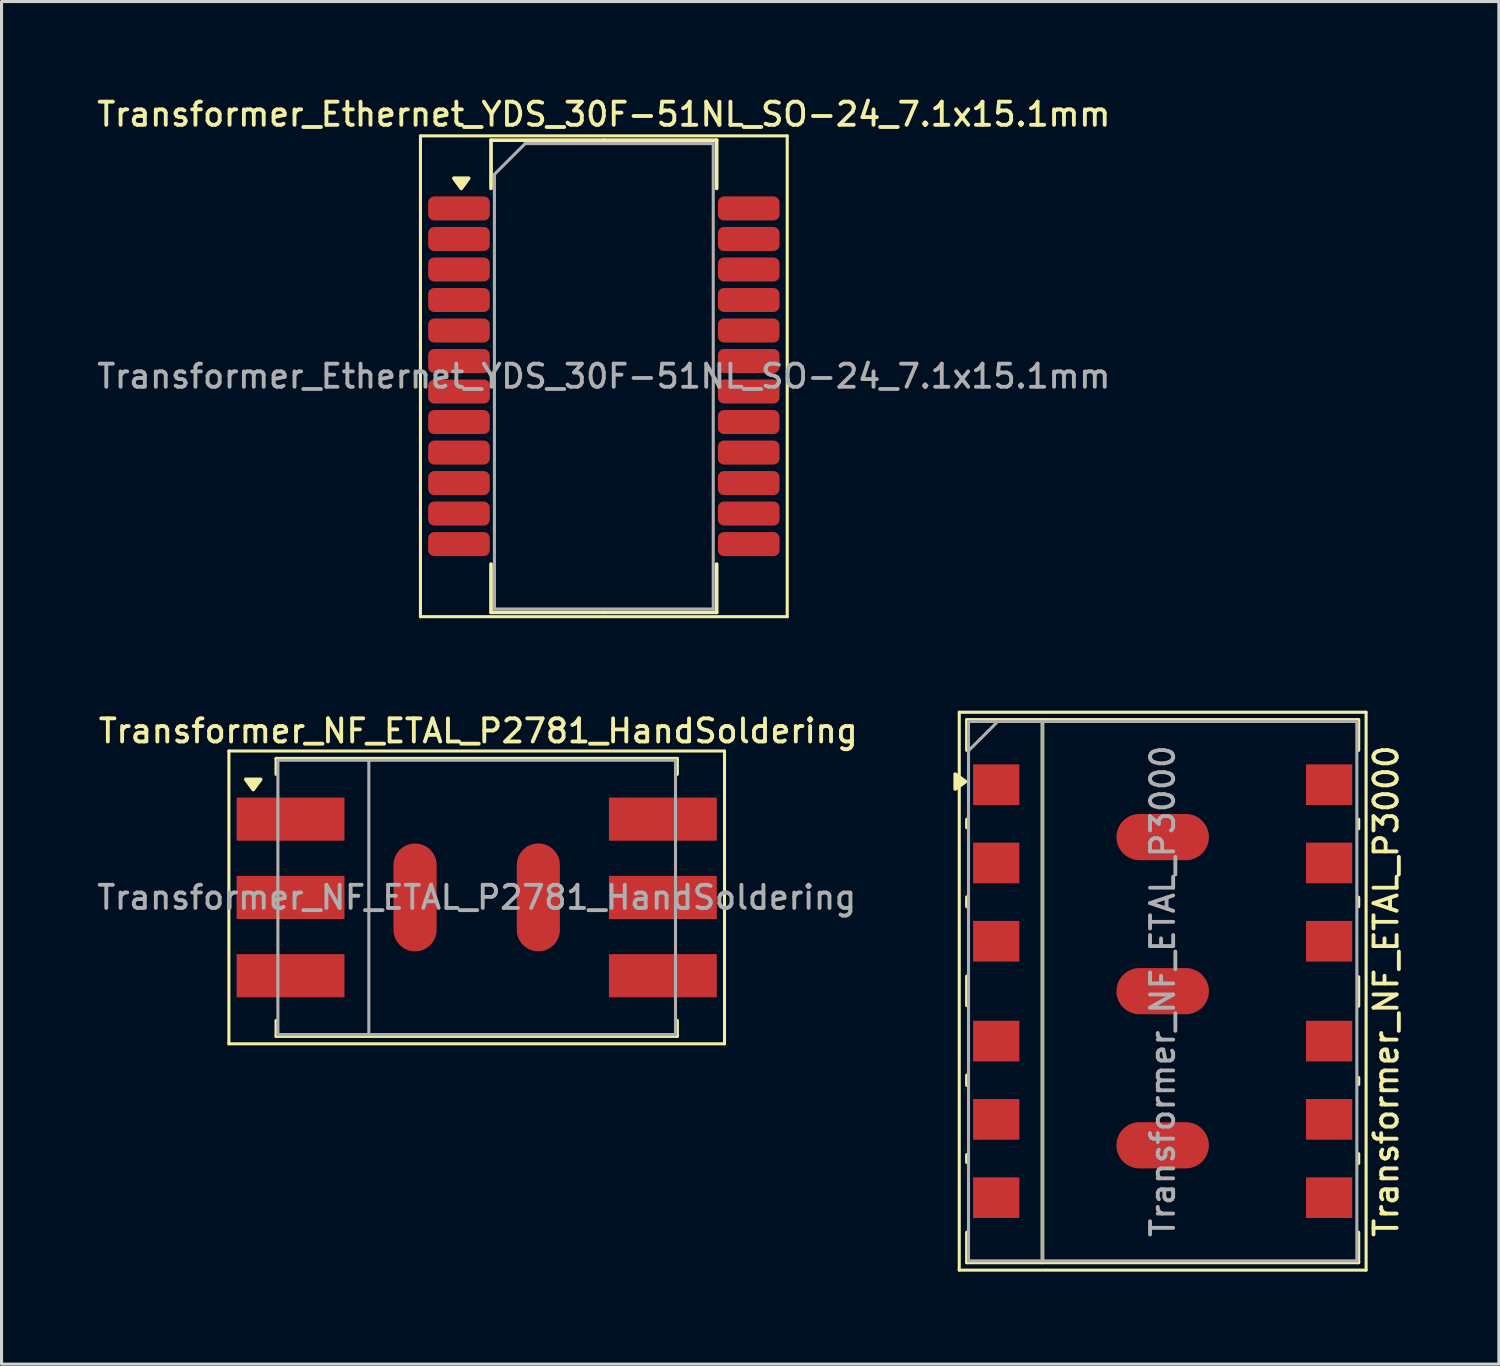
<source format=kicad_pcb>
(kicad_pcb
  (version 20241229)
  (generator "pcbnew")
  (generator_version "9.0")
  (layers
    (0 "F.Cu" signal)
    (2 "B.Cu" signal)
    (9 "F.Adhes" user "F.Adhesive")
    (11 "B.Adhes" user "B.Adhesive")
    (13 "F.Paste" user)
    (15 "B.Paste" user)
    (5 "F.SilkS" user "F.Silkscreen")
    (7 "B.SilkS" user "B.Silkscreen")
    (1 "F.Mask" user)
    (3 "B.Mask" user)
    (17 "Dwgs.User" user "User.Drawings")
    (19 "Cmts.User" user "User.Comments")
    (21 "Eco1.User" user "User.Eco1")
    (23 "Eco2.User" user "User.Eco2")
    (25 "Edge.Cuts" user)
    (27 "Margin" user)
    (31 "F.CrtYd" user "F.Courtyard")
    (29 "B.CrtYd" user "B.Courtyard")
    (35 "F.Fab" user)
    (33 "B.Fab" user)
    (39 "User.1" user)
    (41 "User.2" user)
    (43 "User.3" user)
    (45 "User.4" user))
  (footprint "Transformer_NF_ETAL_P3000"
    (layer "F.Cu")
    (at 34.672 29.108)
    (property "Reference" "Transformer_NF_ETAL_P3000" (at 7.25 0 270) (layer "F.SilkS") (effects (font (size 0.75 0.75) (thickness 0.125))))
    (attr smd)
    (fp_line (start -6.6 9.05) (end -6.6 -9.05) (stroke (width 0.1) (type solid)) (layer "F.SilkS"))
    (fp_line (start -6.6 9.05) (end 6.6 9.05) (stroke (width 0.1) (type solid)) (layer "F.SilkS"))
    (fp_line (start -6.35 -8.8) (end 6.35 -8.8) (stroke (width 0.12) (type solid)) (layer "F.SilkS"))
    (fp_line (start -6.35 -7.82) (end -6.35 -8.8) (stroke (width 0.12) (type solid)) (layer "F.SilkS"))
    (fp_line (start -6.35 -5.31) (end -6.35 -5.57) (stroke (width 0.12) (type solid)) (layer "F.SilkS"))
    (fp_line (start -6.35 -2.75) (end -6.35 -3.05) (stroke (width 0.12) (type solid)) (layer "F.SilkS"))
    (fp_line (start -6.35 0.46) (end -6.35 -0.48) (stroke (width 0.12) (type solid)) (layer "F.SilkS"))
    (fp_line (start -6.35 3.05) (end -6.35 2.73) (stroke (width 0.12) (type solid)) (layer "F.SilkS"))
    (fp_line (start -6.35 5.55) (end -6.35 5.31) (stroke (width 0.12) (type solid)) (layer "F.SilkS"))
    (fp_line (start -6.35 8.8) (end -6.35 7.83) (stroke (width 0.12) (type solid)) (layer "F.SilkS"))
    (fp_line (start -3.9 8.8) (end -3.9 -8.8) (stroke (width 0.12) (type solid)) (layer "F.SilkS"))
    (fp_line (start 6.35 -8.8) (end 6.35 -7.82) (stroke (width 0.12) (type solid)) (layer "F.SilkS"))
    (fp_line (start 6.35 -5.57) (end 6.35 -5.28) (stroke (width 0.12) (type solid)) (layer "F.SilkS"))
    (fp_line (start 6.35 -3.04) (end 6.35 -2.75) (stroke (width 0.12) (type solid)) (layer "F.SilkS"))
    (fp_line (start 6.35 -0.46) (end 6.35 0.48) (stroke (width 0.12) (type solid)) (layer "F.SilkS"))
    (fp_line (start 6.35 2.81) (end 6.35 3.02) (stroke (width 0.12) (type solid)) (layer "F.SilkS"))
    (fp_line (start 6.35 5.28) (end 6.35 5.58) (stroke (width 0.12) (type solid)) (layer "F.SilkS"))
    (fp_line (start 6.35 8.8) (end -6.35 8.8) (stroke (width 0.12) (type solid)) (layer "F.SilkS"))
    (fp_line (start 6.35 8.8) (end 6.35 7.83) (stroke (width 0.12) (type solid)) (layer "F.SilkS"))
    (fp_line (start 6.6 -9.05) (end -6.6 -9.05) (stroke (width 0.1) (type solid)) (layer "F.SilkS"))
    (fp_line (start 6.6 -9.05) (end 6.6 9.05) (stroke (width 0.1) (type solid)) (layer "F.SilkS"))
    (fp_poly (pts (xy -6.4 -6.8) (xy -6.73 -6.56) (xy -6.73 -7.04) (xy -6.4 -6.8)) (stroke (width 0.12) (type solid)) (fill yes) (layer "F.SilkS"))
    (fp_line (start -6.3 -8.75) (end 6.3 -8.75) (stroke (width 0.1) (type solid)) (layer "F.Fab"))
    (fp_line (start -6.3 -7.8) (end -5.35 -8.75) (stroke (width 0.1) (type solid)) (layer "F.Fab"))
    (fp_line (start -6.3 8.75) (end -6.3 -8.75) (stroke (width 0.1) (type solid)) (layer "F.Fab"))
    (fp_line (start -3.9 -8.65) (end -3.9 8.7) (stroke (width 0.1) (type solid)) (layer "F.Fab"))
    (fp_line (start 6.3 -8.75) (end 6.3 8.75) (stroke (width 0.1) (type solid)) (layer "F.Fab"))
    (fp_line (start 6.3 8.75) (end -6.3 8.75) (stroke (width 0.1) (type solid)) (layer "F.Fab"))
    (fp_text user "${REFERENCE}" (at 0 0 270) (layer "F.Fab") (effects (font (size 0.75 0.75) (thickness 0.125))))
    (pad "1" smd rect (at -5.4 -6.7 270) (size 1.32 1.5) (layers "F.Cu" "F.Mask" "F.Paste"))
    (pad "2" smd rect (at -5.4 -4.16 270) (size 1.32 1.5) (layers "F.Cu" "F.Mask" "F.Paste"))
    (pad "3" smd rect (at -5.4 -1.62 270) (size 1.32 1.5) (layers "F.Cu" "F.Mask" "F.Paste"))
    (pad "4" smd rect (at -5.4 1.62 270) (size 1.32 1.5) (layers "F.Cu" "F.Mask" "F.Paste"))
    (pad "5" smd rect (at -5.4 4.16 270) (size 1.32 1.5) (layers "F.Cu" "F.Mask" "F.Paste"))
    (pad "6" smd rect (at -5.4 6.7 270) (size 1.32 1.5) (layers "F.Cu" "F.Mask" "F.Paste"))
    (pad "7" smd rect (at 5.4 6.7 270) (size 1.32 1.5) (layers "F.Cu" "F.Mask" "F.Paste"))
    (pad "8" smd rect (at 5.4 4.16 270) (size 1.32 1.5) (layers "F.Cu" "F.Mask" "F.Paste"))
    (pad "9" smd rect (at 5.4 1.62 270) (size 1.32 1.5) (layers "F.Cu" "F.Mask" "F.Paste"))
    (pad "10" smd rect (at 5.4 -1.62 270) (size 1.32 1.5) (layers "F.Cu" "F.Mask" "F.Paste"))
    (pad "11" smd rect (at 5.4 -4.16 270) (size 1.32 1.5) (layers "F.Cu" "F.Mask" "F.Paste"))
    (pad "12" smd rect (at 5.4 -6.7 270) (size 1.32 1.5) (layers "F.Cu" "F.Mask" "F.Paste"))
    (pad "13" smd oval (at 0 -5 270) (size 1.5 3) (layers "F.Cu" "F.Mask" "F.Paste"))
    (pad "13" smd oval (at 0 0 270) (size 1.5 3) (layers "F.Cu" "F.Mask" "F.Paste"))
    (pad "13" smd oval (at 0 5 270) (size 1.5 3) (layers "F.Cu" "F.Mask" "F.Paste")))
  (footprint "Transformer_NF_ETAL_P2781_HandSoldering"
    (layer "F.Cu")
    (at 12.416 26.066)
    (property "Reference" "Transformer_NF_ETAL_P2781_HandSoldering" (at 0.05 -5.4 0) (layer "F.SilkS") (effects (font (size 0.75 0.75) (thickness 0.125))))
    (attr smd)
    (fp_line (start -8.04 -4.75) (end -8.04 4.75) (stroke (width 0.1) (type solid)) (layer "F.SilkS"))
    (fp_line (start -8.04 -4.75) (end 8.04 -4.75) (stroke (width 0.1) (type solid)) (layer "F.SilkS"))
    (fp_line (start -6.5 -4.5) (end -6.5 -4) (stroke (width 0.12) (type solid)) (layer "F.SilkS"))
    (fp_line (start -6.5 -4.5) (end 6.5 -4.5) (stroke (width 0.12) (type solid)) (layer "F.SilkS"))
    (fp_line (start -6.5 4.5) (end -6.5 4) (stroke (width 0.12) (type solid)) (layer "F.SilkS"))
    (fp_line (start 6.5 -4.5) (end 6.5 -4) (stroke (width 0.12) (type solid)) (layer "F.SilkS"))
    (fp_line (start 6.5 4.5) (end -6.5 4.5) (stroke (width 0.12) (type solid)) (layer "F.SilkS"))
    (fp_line (start 6.5 4.5) (end 6.5 4) (stroke (width 0.12) (type solid)) (layer "F.SilkS"))
    (fp_line (start 8.04 4.75) (end -8.04 4.75) (stroke (width 0.1) (type solid)) (layer "F.SilkS"))
    (fp_line (start 8.04 4.75) (end 8.04 -4.75) (stroke (width 0.1) (type solid)) (layer "F.SilkS"))
    (fp_poly (pts (xy -7.25 -3.5) (xy -7.49 -3.83) (xy -7.01 -3.83) (xy -7.25 -3.5)) (stroke (width 0.12) (type solid)) (fill yes) (layer "F.SilkS"))
    (fp_line (start -6.45 -4.45) (end -6.45 4.45) (stroke (width 0.1) (type solid)) (layer "F.Fab"))
    (fp_line (start -6.45 4.45) (end 6.45 4.45) (stroke (width 0.1) (type solid)) (layer "F.Fab"))
    (fp_line (start -3.5 -4.4) (end -3.5 4.45) (stroke (width 0.1) (type solid)) (layer "F.Fab"))
    (fp_line (start 6.45 -4.45) (end -6.45 -4.45) (stroke (width 0.1) (type solid)) (layer "F.Fab"))
    (fp_line (start 6.45 4.45) (end 6.45 -4.45) (stroke (width 0.1) (type solid)) (layer "F.Fab"))
    (fp_text user "${REFERENCE}" (at 0 0 0) (layer "F.Fab") (effects (font (size 0.75 0.75) (thickness 0.125))))
    (pad "1" smd rect (at -6.04 -2.54) (size 3.5 1.4) (layers "F.Cu" "F.Mask" "F.Paste"))
    (pad "2" smd rect (at -6.04 0) (size 3.5 1.4) (layers "F.Cu" "F.Mask" "F.Paste"))
    (pad "3" smd rect (at -6.04 2.54) (size 3.5 1.4) (layers "F.Cu" "F.Mask" "F.Paste"))
    (pad "4" smd rect (at 6.04 2.54) (size 3.5 1.4) (layers "F.Cu" "F.Mask" "F.Paste"))
    (pad "5" smd rect (at 6.04 0) (size 3.5 1.4) (layers "F.Cu" "F.Mask" "F.Paste"))
    (pad "6" smd rect (at 6.04 -2.54) (size 3.5 1.4) (layers "F.Cu" "F.Mask" "F.Paste"))
    (pad "7" smd oval (at -2 0 90) (size 3.5 1.4) (layers "F.Cu" "F.Mask" "F.Paste"))
    (pad "7" smd oval (at 2 0 90) (size 3.5 1.4) (layers "F.Cu" "F.Mask" "F.Paste")))
  (footprint "Transformer_Ethernet_YDS_30F-51NL_SO-24_7.1x15.1mm"
    (layer "F.Cu")
    (at 16.541 9.158)
    (property "Reference" "Transformer_Ethernet_YDS_30F-51NL_SO-24_7.1x15.1mm" (at 0 -8.5 0) (layer "F.SilkS") (effects (font (size 0.75 0.75) (thickness 0.125))))
    (attr smd)
    (fp_line (start -5.95 -7.8) (end -5.95 7.8) (stroke (width 0.1) (type solid)) (layer "F.SilkS"))
    (fp_line (start -5.95 7.8) (end 5.95 7.8) (stroke (width 0.1) (type solid)) (layer "F.SilkS"))
    (fp_line (start -3.66 -7.66) (end -3.66 -6.095) (stroke (width 0.12) (type solid)) (layer "F.SilkS"))
    (fp_line (start -3.66 7.66) (end -3.66 6.095) (stroke (width 0.12) (type solid)) (layer "F.SilkS"))
    (fp_line (start 0 -7.66) (end -3.66 -7.66) (stroke (width 0.12) (type solid)) (layer "F.SilkS"))
    (fp_line (start 0 -7.66) (end 3.66 -7.66) (stroke (width 0.12) (type solid)) (layer "F.SilkS"))
    (fp_line (start 0 7.66) (end -3.66 7.66) (stroke (width 0.12) (type solid)) (layer "F.SilkS"))
    (fp_line (start 0 7.66) (end 3.66 7.66) (stroke (width 0.12) (type solid)) (layer "F.SilkS"))
    (fp_line (start 3.66 -7.66) (end 3.66 -6.095) (stroke (width 0.12) (type solid)) (layer "F.SilkS"))
    (fp_line (start 3.66 7.66) (end 3.66 6.095) (stroke (width 0.12) (type solid)) (layer "F.SilkS"))
    (fp_line (start 5.95 -7.8) (end -5.95 -7.8) (stroke (width 0.1) (type solid)) (layer "F.SilkS"))
    (fp_line (start 5.95 7.8) (end 5.95 -7.8) (stroke (width 0.1) (type solid)) (layer "F.SilkS"))
    (fp_poly (pts (xy -4.625 -6.095) (xy -4.865 -6.425) (xy -4.385 -6.425) (xy -4.625 -6.095)) (stroke (width 0.12) (type solid)) (fill yes) (layer "F.SilkS"))
    (fp_line (start -3.55 -6.55) (end -2.55 -7.55) (stroke (width 0.1) (type solid)) (layer "F.Fab"))
    (fp_line (start -3.55 7.55) (end -3.55 -6.55) (stroke (width 0.1) (type solid)) (layer "F.Fab"))
    (fp_line (start -2.55 -7.55) (end 3.55 -7.55) (stroke (width 0.1) (type solid)) (layer "F.Fab"))
    (fp_line (start 3.55 -7.55) (end 3.55 7.55) (stroke (width 0.1) (type solid)) (layer "F.Fab"))
    (fp_line (start 3.55 7.55) (end -3.55 7.55) (stroke (width 0.1) (type solid)) (layer "F.Fab"))
    (fp_text user "${REFERENCE}" (at 0 0 0) (layer "F.Fab") (effects (font (size 0.75 0.75) (thickness 0.125))))
    (pad "1" smd roundrect (at -4.7 -5.445) (size 2 0.78) (layers "F.Cu" "F.Mask" "F.Paste") (roundrect_rratio 0.25))
    (pad "2" smd roundrect (at -4.7 -4.455) (size 2 0.78) (layers "F.Cu" "F.Mask" "F.Paste") (roundrect_rratio 0.25))
    (pad "3" smd roundrect (at -4.7 -3.465) (size 2 0.78) (layers "F.Cu" "F.Mask" "F.Paste") (roundrect_rratio 0.25))
    (pad "4" smd roundrect (at -4.7 -2.475) (size 2 0.78) (layers "F.Cu" "F.Mask" "F.Paste") (roundrect_rratio 0.25))
    (pad "5" smd roundrect (at -4.7 -1.485) (size 2 0.78) (layers "F.Cu" "F.Mask" "F.Paste") (roundrect_rratio 0.25))
    (pad "6" smd roundrect (at -4.7 -0.495) (size 2 0.78) (layers "F.Cu" "F.Mask" "F.Paste") (roundrect_rratio 0.25))
    (pad "7" smd roundrect (at -4.7 0.495) (size 2 0.78) (layers "F.Cu" "F.Mask" "F.Paste") (roundrect_rratio 0.25))
    (pad "8" smd roundrect (at -4.7 1.485) (size 2 0.78) (layers "F.Cu" "F.Mask" "F.Paste") (roundrect_rratio 0.25))
    (pad "9" smd roundrect (at -4.7 2.475) (size 2 0.78) (layers "F.Cu" "F.Mask" "F.Paste") (roundrect_rratio 0.25))
    (pad "10" smd roundrect (at -4.7 3.465) (size 2 0.78) (layers "F.Cu" "F.Mask" "F.Paste") (roundrect_rratio 0.25))
    (pad "11" smd roundrect (at -4.7 4.455) (size 2 0.78) (layers "F.Cu" "F.Mask" "F.Paste") (roundrect_rratio 0.25))
    (pad "12" smd roundrect (at -4.7 5.445) (size 2 0.78) (layers "F.Cu" "F.Mask" "F.Paste") (roundrect_rratio 0.25))
    (pad "13" smd roundrect (at 4.7 5.445) (size 2 0.78) (layers "F.Cu" "F.Mask" "F.Paste") (roundrect_rratio 0.25))
    (pad "14" smd roundrect (at 4.7 4.455) (size 2 0.78) (layers "F.Cu" "F.Mask" "F.Paste") (roundrect_rratio 0.25))
    (pad "15" smd roundrect (at 4.7 3.465) (size 2 0.78) (layers "F.Cu" "F.Mask" "F.Paste") (roundrect_rratio 0.25))
    (pad "16" smd roundrect (at 4.7 2.475) (size 2 0.78) (layers "F.Cu" "F.Mask" "F.Paste") (roundrect_rratio 0.25))
    (pad "17" smd roundrect (at 4.7 1.485) (size 2 0.78) (layers "F.Cu" "F.Mask" "F.Paste") (roundrect_rratio 0.25))
    (pad "18" smd roundrect (at 4.7 0.495) (size 2 0.78) (layers "F.Cu" "F.Mask" "F.Paste") (roundrect_rratio 0.25))
    (pad "19" smd roundrect (at 4.7 -0.495) (size 2 0.78) (layers "F.Cu" "F.Mask" "F.Paste") (roundrect_rratio 0.25))
    (pad "20" smd roundrect (at 4.7 -1.485) (size 2 0.78) (layers "F.Cu" "F.Mask" "F.Paste") (roundrect_rratio 0.25))
    (pad "21" smd roundrect (at 4.7 -2.475) (size 2 0.78) (layers "F.Cu" "F.Mask" "F.Paste") (roundrect_rratio 0.25))
    (pad "22" smd roundrect (at 4.7 -3.465) (size 2 0.78) (layers "F.Cu" "F.Mask" "F.Paste") (roundrect_rratio 0.25))
    (pad "23" smd roundrect (at 4.7 -4.455) (size 2 0.78) (layers "F.Cu" "F.Mask" "F.Paste") (roundrect_rratio 0.25))
    (pad "24" smd roundrect (at 4.7 -5.445) (size 2 0.78) (layers "F.Cu" "F.Mask" "F.Paste") (roundrect_rratio 0.25)))
  (gr_rect
    (start -3 -3)
    (end 45.58 41.208)
    (stroke (width 0.1) (type default))
    (fill no)
    (layer "Edge.Cuts")))
</source>
